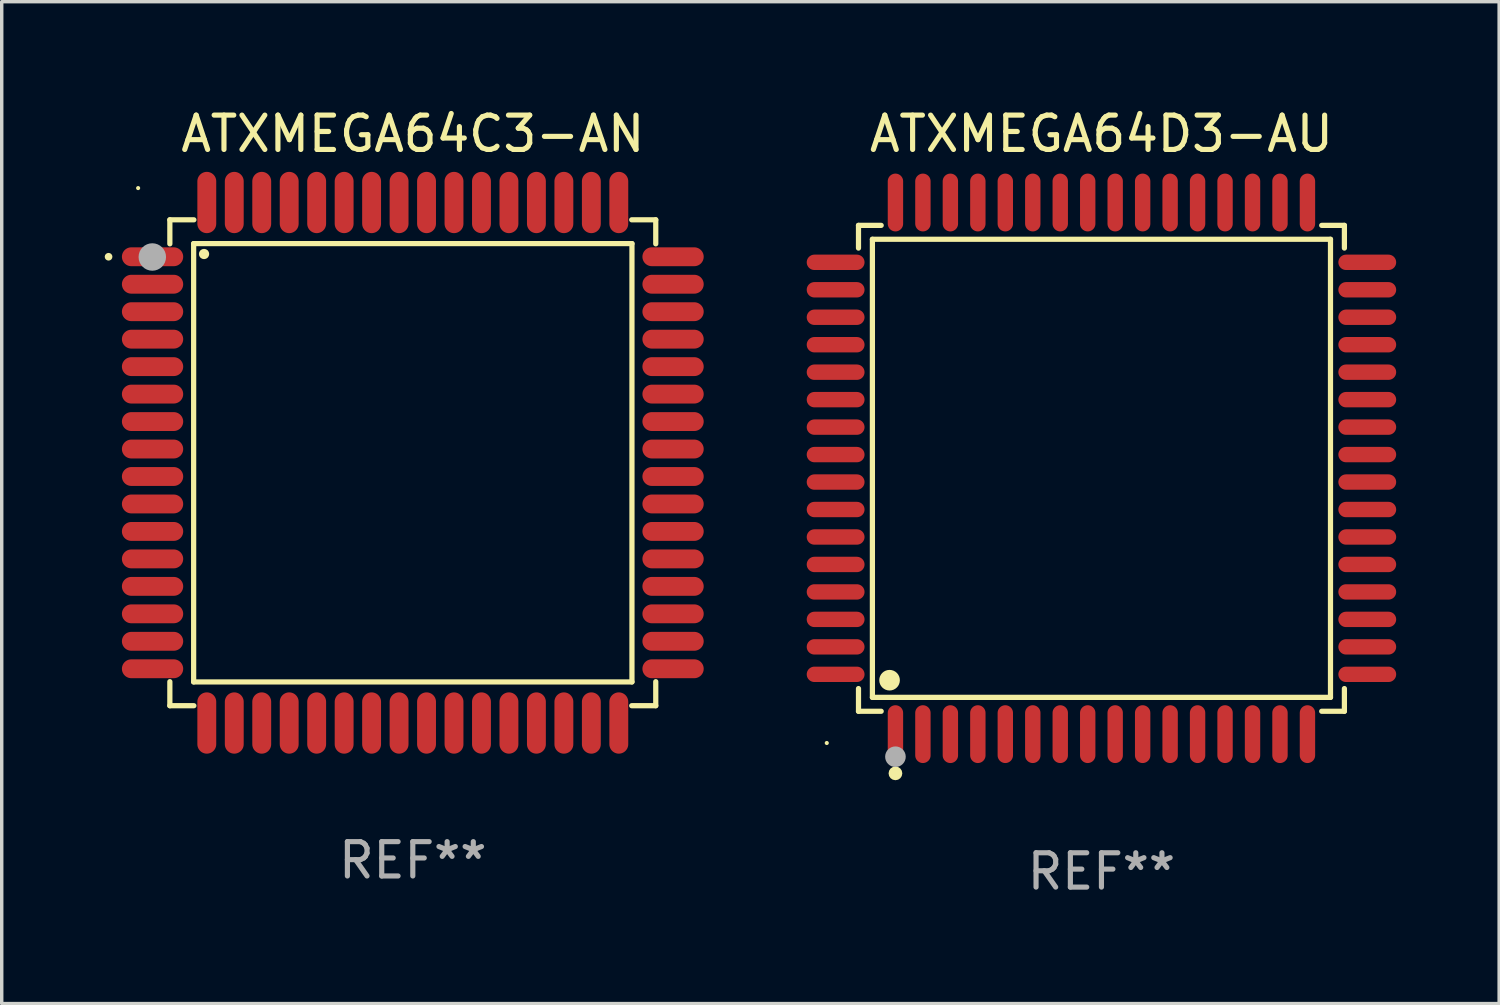
<source format=kicad_pcb>
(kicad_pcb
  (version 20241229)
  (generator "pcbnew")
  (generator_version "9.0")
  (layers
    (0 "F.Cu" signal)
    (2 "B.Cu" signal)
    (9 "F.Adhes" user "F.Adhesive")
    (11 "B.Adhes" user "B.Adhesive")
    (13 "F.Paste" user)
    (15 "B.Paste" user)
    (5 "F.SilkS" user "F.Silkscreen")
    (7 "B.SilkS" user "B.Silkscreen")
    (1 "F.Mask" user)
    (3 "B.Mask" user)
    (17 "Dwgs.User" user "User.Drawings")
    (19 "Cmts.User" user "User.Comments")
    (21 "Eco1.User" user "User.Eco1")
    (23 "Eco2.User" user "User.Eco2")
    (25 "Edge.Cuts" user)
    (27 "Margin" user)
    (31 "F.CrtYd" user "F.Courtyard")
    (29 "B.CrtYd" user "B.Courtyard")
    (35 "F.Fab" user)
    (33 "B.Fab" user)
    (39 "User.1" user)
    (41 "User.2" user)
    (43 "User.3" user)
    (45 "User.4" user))
  (footprint "ATXMEGA64D3-AU"
    (layer "F.Cu")
    (at 29.03 10.59)
    (property "Reference" "ATXMEGA64D3-AU" (at 0 -9.742 0) (layer "F.SilkS") (effects (font (size 1 1) (thickness 0.15))))
    (attr through_hole)
    (fp_line (start -7.076 -7.076) (end -6.415 -7.076) (stroke (width 0.152) (type solid)) (layer "F.SilkS"))
    (fp_line (start -7.076 -6.415) (end -7.076 -7.076) (stroke (width 0.152) (type solid)) (layer "F.SilkS"))
    (fp_line (start -7.076 6.415) (end -7.076 7.076) (stroke (width 0.152) (type solid)) (layer "F.SilkS"))
    (fp_line (start -7.076 7.076) (end -6.415 7.076) (stroke (width 0.152) (type solid)) (layer "F.SilkS"))
    (fp_line (start -6.671 -6.671) (end 6.671 -6.671) (stroke (width 0.152) (type solid)) (layer "F.SilkS"))
    (fp_line (start -6.671 6.671) (end -6.671 -6.671) (stroke (width 0.152) (type solid)) (layer "F.SilkS"))
    (fp_line (start 6.671 -6.671) (end 6.671 6.671) (stroke (width 0.152) (type solid)) (layer "F.SilkS"))
    (fp_line (start 6.671 6.671) (end -6.671 6.671) (stroke (width 0.152) (type solid)) (layer "F.SilkS"))
    (fp_line (start 7.076 -7.076) (end 6.415 -7.076) (stroke (width 0.152) (type solid)) (layer "F.SilkS"))
    (fp_line (start 7.076 -6.415) (end 7.076 -7.076) (stroke (width 0.152) (type solid)) (layer "F.SilkS"))
    (fp_line (start 7.076 6.415) (end 7.076 7.076) (stroke (width 0.152) (type solid)) (layer "F.SilkS"))
    (fp_line (start 7.076 7.076) (end 6.415 7.076) (stroke (width 0.152) (type solid)) (layer "F.SilkS"))
    (fp_circle (center -8 8) (end -7.97 8) (stroke (width 0.06) (type solid)) (fill no) (layer "F.SilkS"))
    (fp_circle (center -6.171 6.171) (end -6.021 6.171) (stroke (width 0.3) (type solid)) (fill no) (layer "F.SilkS"))
    (fp_circle (center -6 8.884) (end -5.9 8.884) (stroke (width 0.2) (type solid)) (fill no) (layer "F.SilkS"))
    (fp_circle (center -6 8.4) (end -5.85 8.4) (stroke (width 0.3) (type solid)) (fill no) (layer "F.Fab"))
    (fp_text user "REF**" (at 0 11.742 0) (layer "F.Fab") (effects (font (size 1 1) (thickness 0.15))))
    (pad "1" smd oval (at -6 7.742) (size 0.448 1.684) (layers "F.Cu" "F.Mask" "F.Paste"))
    (pad "2" smd oval (at -5.2 7.742) (size 0.448 1.684) (layers "F.Cu" "F.Mask" "F.Paste"))
    (pad "3" smd oval (at -4.4 7.742) (size 0.448 1.684) (layers "F.Cu" "F.Mask" "F.Paste"))
    (pad "4" smd oval (at -3.6 7.742) (size 0.448 1.684) (layers "F.Cu" "F.Mask" "F.Paste"))
    (pad "5" smd oval (at -2.8 7.742) (size 0.448 1.684) (layers "F.Cu" "F.Mask" "F.Paste"))
    (pad "6" smd oval (at -2 7.742) (size 0.448 1.684) (layers "F.Cu" "F.Mask" "F.Paste"))
    (pad "7" smd oval (at -1.2 7.742) (size 0.448 1.684) (layers "F.Cu" "F.Mask" "F.Paste"))
    (pad "8" smd oval (at -0.4 7.742) (size 0.448 1.684) (layers "F.Cu" "F.Mask" "F.Paste"))
    (pad "9" smd oval (at 0.4 7.742) (size 0.448 1.684) (layers "F.Cu" "F.Mask" "F.Paste"))
    (pad "10" smd oval (at 1.2 7.742) (size 0.448 1.684) (layers "F.Cu" "F.Mask" "F.Paste"))
    (pad "11" smd oval (at 2 7.742) (size 0.448 1.684) (layers "F.Cu" "F.Mask" "F.Paste"))
    (pad "12" smd oval (at 2.8 7.742) (size 0.448 1.684) (layers "F.Cu" "F.Mask" "F.Paste"))
    (pad "13" smd oval (at 3.6 7.742) (size 0.448 1.684) (layers "F.Cu" "F.Mask" "F.Paste"))
    (pad "14" smd oval (at 4.4 7.742) (size 0.448 1.684) (layers "F.Cu" "F.Mask" "F.Paste"))
    (pad "15" smd oval (at 5.2 7.742) (size 0.448 1.684) (layers "F.Cu" "F.Mask" "F.Paste"))
    (pad "16" smd oval (at 6 7.742) (size 0.448 1.684) (layers "F.Cu" "F.Mask" "F.Paste"))
    (pad "17" smd oval (at 7.742 6) (size 1.684 0.448) (layers "F.Cu" "F.Mask" "F.Paste"))
    (pad "18" smd oval (at 7.742 5.2) (size 1.684 0.448) (layers "F.Cu" "F.Mask" "F.Paste"))
    (pad "19" smd oval (at 7.742 4.4) (size 1.684 0.448) (layers "F.Cu" "F.Mask" "F.Paste"))
    (pad "20" smd oval (at 7.742 3.6) (size 1.684 0.448) (layers "F.Cu" "F.Mask" "F.Paste"))
    (pad "21" smd oval (at 7.742 2.8) (size 1.684 0.448) (layers "F.Cu" "F.Mask" "F.Paste"))
    (pad "22" smd oval (at 7.742 2) (size 1.684 0.448) (layers "F.Cu" "F.Mask" "F.Paste"))
    (pad "23" smd oval (at 7.742 1.2) (size 1.684 0.448) (layers "F.Cu" "F.Mask" "F.Paste"))
    (pad "24" smd oval (at 7.742 0.4) (size 1.684 0.448) (layers "F.Cu" "F.Mask" "F.Paste"))
    (pad "25" smd oval (at 7.742 -0.4) (size 1.684 0.448) (layers "F.Cu" "F.Mask" "F.Paste"))
    (pad "26" smd oval (at 7.742 -1.2) (size 1.684 0.448) (layers "F.Cu" "F.Mask" "F.Paste"))
    (pad "27" smd oval (at 7.742 -2) (size 1.684 0.448) (layers "F.Cu" "F.Mask" "F.Paste"))
    (pad "28" smd oval (at 7.742 -2.8) (size 1.684 0.448) (layers "F.Cu" "F.Mask" "F.Paste"))
    (pad "29" smd oval (at 7.742 -3.6) (size 1.684 0.448) (layers "F.Cu" "F.Mask" "F.Paste"))
    (pad "30" smd oval (at 7.742 -4.4) (size 1.684 0.448) (layers "F.Cu" "F.Mask" "F.Paste"))
    (pad "31" smd oval (at 7.742 -5.2) (size 1.684 0.448) (layers "F.Cu" "F.Mask" "F.Paste"))
    (pad "32" smd oval (at 7.742 -6) (size 1.684 0.448) (layers "F.Cu" "F.Mask" "F.Paste"))
    (pad "33" smd oval (at 6 -7.742) (size 0.448 1.684) (layers "F.Cu" "F.Mask" "F.Paste"))
    (pad "34" smd oval (at 5.2 -7.742) (size 0.448 1.684) (layers "F.Cu" "F.Mask" "F.Paste"))
    (pad "35" smd oval (at 4.4 -7.742) (size 0.448 1.684) (layers "F.Cu" "F.Mask" "F.Paste"))
    (pad "36" smd oval (at 3.6 -7.742) (size 0.448 1.684) (layers "F.Cu" "F.Mask" "F.Paste"))
    (pad "37" smd oval (at 2.8 -7.742) (size 0.448 1.684) (layers "F.Cu" "F.Mask" "F.Paste"))
    (pad "38" smd oval (at 2 -7.742) (size 0.448 1.684) (layers "F.Cu" "F.Mask" "F.Paste"))
    (pad "39" smd oval (at 1.2 -7.742) (size 0.448 1.684) (layers "F.Cu" "F.Mask" "F.Paste"))
    (pad "40" smd oval (at 0.4 -7.742) (size 0.448 1.684) (layers "F.Cu" "F.Mask" "F.Paste"))
    (pad "41" smd oval (at -0.4 -7.742) (size 0.448 1.684) (layers "F.Cu" "F.Mask" "F.Paste"))
    (pad "42" smd oval (at -1.2 -7.742) (size 0.448 1.684) (layers "F.Cu" "F.Mask" "F.Paste"))
    (pad "43" smd oval (at -2 -7.742) (size 0.448 1.684) (layers "F.Cu" "F.Mask" "F.Paste"))
    (pad "44" smd oval (at -2.8 -7.742) (size 0.448 1.684) (layers "F.Cu" "F.Mask" "F.Paste"))
    (pad "45" smd oval (at -3.6 -7.742) (size 0.448 1.684) (layers "F.Cu" "F.Mask" "F.Paste"))
    (pad "46" smd oval (at -4.4 -7.742) (size 0.448 1.684) (layers "F.Cu" "F.Mask" "F.Paste"))
    (pad "47" smd oval (at -5.2 -7.742) (size 0.448 1.684) (layers "F.Cu" "F.Mask" "F.Paste"))
    (pad "48" smd oval (at -6 -7.742) (size 0.448 1.684) (layers "F.Cu" "F.Mask" "F.Paste"))
    (pad "49" smd oval (at -7.742 -6) (size 1.684 0.448) (layers "F.Cu" "F.Mask" "F.Paste"))
    (pad "50" smd oval (at -7.742 -5.2) (size 1.684 0.448) (layers "F.Cu" "F.Mask" "F.Paste"))
    (pad "51" smd oval (at -7.742 -4.4) (size 1.684 0.448) (layers "F.Cu" "F.Mask" "F.Paste"))
    (pad "52" smd oval (at -7.742 -3.6) (size 1.684 0.448) (layers "F.Cu" "F.Mask" "F.Paste"))
    (pad "53" smd oval (at -7.742 -2.8) (size 1.684 0.448) (layers "F.Cu" "F.Mask" "F.Paste"))
    (pad "54" smd oval (at -7.742 -2) (size 1.684 0.448) (layers "F.Cu" "F.Mask" "F.Paste"))
    (pad "55" smd oval (at -7.742 -1.2) (size 1.684 0.448) (layers "F.Cu" "F.Mask" "F.Paste"))
    (pad "56" smd oval (at -7.742 -0.4) (size 1.684 0.448) (layers "F.Cu" "F.Mask" "F.Paste"))
    (pad "57" smd oval (at -7.742 0.4) (size 1.684 0.448) (layers "F.Cu" "F.Mask" "F.Paste"))
    (pad "58" smd oval (at -7.742 1.2) (size 1.684 0.448) (layers "F.Cu" "F.Mask" "F.Paste"))
    (pad "59" smd oval (at -7.742 2) (size 1.684 0.448) (layers "F.Cu" "F.Mask" "F.Paste"))
    (pad "60" smd oval (at -7.742 2.8) (size 1.684 0.448) (layers "F.Cu" "F.Mask" "F.Paste"))
    (pad "61" smd oval (at -7.742 3.6) (size 1.684 0.448) (layers "F.Cu" "F.Mask" "F.Paste"))
    (pad "62" smd oval (at -7.742 4.4) (size 1.684 0.448) (layers "F.Cu" "F.Mask" "F.Paste"))
    (pad "63" smd oval (at -7.742 5.2) (size 1.684 0.448) (layers "F.Cu" "F.Mask" "F.Paste"))
    (pad "64" smd oval (at -7.742 6) (size 1.684 0.448) (layers "F.Cu" "F.Mask" "F.Paste")))
  (footprint "ATXMEGA64C3-AN"
    (layer "F.Cu")
    (at 8.973 10.428)
    (property "Reference" "ATXMEGA64C3-AN" (at 0 -9.58 0) (layer "F.SilkS") (effects (font (size 1 1) (thickness 0.15))))
    (attr through_hole)
    (fp_line (start -7.076 -7.076) (end -6.376 -7.076) (stroke (width 0.152) (type solid)) (layer "F.SilkS"))
    (fp_line (start -7.076 -6.376) (end -7.076 -7.076) (stroke (width 0.152) (type solid)) (layer "F.SilkS"))
    (fp_line (start -7.076 6.376) (end -7.076 7.076) (stroke (width 0.152) (type solid)) (layer "F.SilkS"))
    (fp_line (start -7.076 7.076) (end -6.376 7.076) (stroke (width 0.152) (type solid)) (layer "F.SilkS"))
    (fp_line (start -6.383 -6.383) (end 6.383 -6.383) (stroke (width 0.152) (type solid)) (layer "F.SilkS"))
    (fp_line (start -6.383 6.383) (end -6.383 -6.383) (stroke (width 0.152) (type solid)) (layer "F.SilkS"))
    (fp_line (start 6.383 -6.383) (end 6.383 6.383) (stroke (width 0.152) (type solid)) (layer "F.SilkS"))
    (fp_line (start 6.383 6.383) (end -6.383 6.383) (stroke (width 0.152) (type solid)) (layer "F.SilkS"))
    (fp_line (start 7.076 -7.076) (end 6.376 -7.076) (stroke (width 0.152) (type solid)) (layer "F.SilkS"))
    (fp_line (start 7.076 -6.376) (end 7.076 -7.076) (stroke (width 0.152) (type solid)) (layer "F.SilkS"))
    (fp_line (start 7.076 6.376) (end 7.076 7.076) (stroke (width 0.152) (type solid)) (layer "F.SilkS"))
    (fp_line (start 7.076 7.076) (end 6.376 7.076) (stroke (width 0.152) (type solid)) (layer "F.SilkS"))
    (fp_circle (center -8.861 -6) (end -8.805 -6) (stroke (width 0.112) (type solid)) (fill no) (layer "F.SilkS"))
    (fp_circle (center -8 -8) (end -7.97 -8) (stroke (width 0.06) (type solid)) (fill no) (layer "F.SilkS"))
    (fp_circle (center -6.08 -6.08) (end -6.005 -6.08) (stroke (width 0.15) (type solid)) (fill no) (layer "F.SilkS"))
    (fp_circle (center -7.587 -5.993) (end -7.387 -5.993) (stroke (width 0.4) (type solid)) (fill no) (layer "F.Fab"))
    (fp_text user "REF**" (at 0 11.58 0) (layer "F.Fab") (effects (font (size 1 1) (thickness 0.15))))
    (pad "1" smd oval (at -7.58 -6) (size 1.785 0.55) (layers "F.Cu" "F.Mask" "F.Paste"))
    (pad "2" smd oval (at -7.58 -5.2) (size 1.785 0.55) (layers "F.Cu" "F.Mask" "F.Paste"))
    (pad "3" smd oval (at -7.58 -4.4) (size 1.785 0.55) (layers "F.Cu" "F.Mask" "F.Paste"))
    (pad "4" smd oval (at -7.58 -3.6) (size 1.785 0.55) (layers "F.Cu" "F.Mask" "F.Paste"))
    (pad "5" smd oval (at -7.58 -2.8) (size 1.785 0.55) (layers "F.Cu" "F.Mask" "F.Paste"))
    (pad "6" smd oval (at -7.58 -2) (size 1.785 0.55) (layers "F.Cu" "F.Mask" "F.Paste"))
    (pad "7" smd oval (at -7.58 -1.2) (size 1.785 0.55) (layers "F.Cu" "F.Mask" "F.Paste"))
    (pad "8" smd oval (at -7.58 -0.4) (size 1.785 0.55) (layers "F.Cu" "F.Mask" "F.Paste"))
    (pad "9" smd oval (at -7.58 0.4) (size 1.785 0.55) (layers "F.Cu" "F.Mask" "F.Paste"))
    (pad "10" smd oval (at -7.58 1.2) (size 1.785 0.55) (layers "F.Cu" "F.Mask" "F.Paste"))
    (pad "11" smd oval (at -7.58 2) (size 1.785 0.55) (layers "F.Cu" "F.Mask" "F.Paste"))
    (pad "12" smd oval (at -7.58 2.8) (size 1.785 0.55) (layers "F.Cu" "F.Mask" "F.Paste"))
    (pad "13" smd oval (at -7.58 3.6) (size 1.785 0.55) (layers "F.Cu" "F.Mask" "F.Paste"))
    (pad "14" smd oval (at -7.58 4.4) (size 1.785 0.55) (layers "F.Cu" "F.Mask" "F.Paste"))
    (pad "15" smd oval (at -7.58 5.2) (size 1.785 0.55) (layers "F.Cu" "F.Mask" "F.Paste"))
    (pad "16" smd oval (at -7.58 6) (size 1.785 0.55) (layers "F.Cu" "F.Mask" "F.Paste"))
    (pad "17" smd oval (at -6 7.58) (size 0.55 1.785) (layers "F.Cu" "F.Mask" "F.Paste"))
    (pad "18" smd oval (at -5.2 7.58) (size 0.55 1.785) (layers "F.Cu" "F.Mask" "F.Paste"))
    (pad "19" smd oval (at -4.4 7.58) (size 0.55 1.785) (layers "F.Cu" "F.Mask" "F.Paste"))
    (pad "20" smd oval (at -3.6 7.58) (size 0.55 1.785) (layers "F.Cu" "F.Mask" "F.Paste"))
    (pad "21" smd oval (at -2.8 7.58) (size 0.55 1.785) (layers "F.Cu" "F.Mask" "F.Paste"))
    (pad "22" smd oval (at -2 7.58) (size 0.55 1.785) (layers "F.Cu" "F.Mask" "F.Paste"))
    (pad "23" smd oval (at -1.2 7.58) (size 0.55 1.785) (layers "F.Cu" "F.Mask" "F.Paste"))
    (pad "24" smd oval (at -0.4 7.58) (size 0.55 1.785) (layers "F.Cu" "F.Mask" "F.Paste"))
    (pad "25" smd oval (at 0.4 7.58) (size 0.55 1.785) (layers "F.Cu" "F.Mask" "F.Paste"))
    (pad "26" smd oval (at 1.2 7.58) (size 0.55 1.785) (layers "F.Cu" "F.Mask" "F.Paste"))
    (pad "27" smd oval (at 2 7.58) (size 0.55 1.785) (layers "F.Cu" "F.Mask" "F.Paste"))
    (pad "28" smd oval (at 2.8 7.58) (size 0.55 1.785) (layers "F.Cu" "F.Mask" "F.Paste"))
    (pad "29" smd oval (at 3.6 7.58) (size 0.55 1.785) (layers "F.Cu" "F.Mask" "F.Paste"))
    (pad "30" smd oval (at 4.4 7.58) (size 0.55 1.785) (layers "F.Cu" "F.Mask" "F.Paste"))
    (pad "31" smd oval (at 5.2 7.58) (size 0.55 1.785) (layers "F.Cu" "F.Mask" "F.Paste"))
    (pad "32" smd oval (at 6 7.58) (size 0.55 1.785) (layers "F.Cu" "F.Mask" "F.Paste"))
    (pad "33" smd oval (at 7.58 6) (size 1.785 0.55) (layers "F.Cu" "F.Mask" "F.Paste"))
    (pad "34" smd oval (at 7.58 5.2) (size 1.785 0.55) (layers "F.Cu" "F.Mask" "F.Paste"))
    (pad "35" smd oval (at 7.58 4.4) (size 1.785 0.55) (layers "F.Cu" "F.Mask" "F.Paste"))
    (pad "36" smd oval (at 7.58 3.6) (size 1.785 0.55) (layers "F.Cu" "F.Mask" "F.Paste"))
    (pad "37" smd oval (at 7.58 2.8) (size 1.785 0.55) (layers "F.Cu" "F.Mask" "F.Paste"))
    (pad "38" smd oval (at 7.58 2) (size 1.785 0.55) (layers "F.Cu" "F.Mask" "F.Paste"))
    (pad "39" smd oval (at 7.58 1.2) (size 1.785 0.55) (layers "F.Cu" "F.Mask" "F.Paste"))
    (pad "40" smd oval (at 7.58 0.4) (size 1.785 0.55) (layers "F.Cu" "F.Mask" "F.Paste"))
    (pad "41" smd oval (at 7.58 -0.4) (size 1.785 0.55) (layers "F.Cu" "F.Mask" "F.Paste"))
    (pad "42" smd oval (at 7.58 -1.2) (size 1.785 0.55) (layers "F.Cu" "F.Mask" "F.Paste"))
    (pad "43" smd oval (at 7.58 -2) (size 1.785 0.55) (layers "F.Cu" "F.Mask" "F.Paste"))
    (pad "44" smd oval (at 7.58 -2.8) (size 1.785 0.55) (layers "F.Cu" "F.Mask" "F.Paste"))
    (pad "45" smd oval (at 7.58 -3.6) (size 1.785 0.55) (layers "F.Cu" "F.Mask" "F.Paste"))
    (pad "46" smd oval (at 7.58 -4.4) (size 1.785 0.55) (layers "F.Cu" "F.Mask" "F.Paste"))
    (pad "47" smd oval (at 7.58 -5.2) (size 1.785 0.55) (layers "F.Cu" "F.Mask" "F.Paste"))
    (pad "48" smd oval (at 7.58 -6) (size 1.785 0.55) (layers "F.Cu" "F.Mask" "F.Paste"))
    (pad "49" smd oval (at 6 -7.58) (size 0.55 1.785) (layers "F.Cu" "F.Mask" "F.Paste"))
    (pad "50" smd oval (at 5.2 -7.58) (size 0.55 1.785) (layers "F.Cu" "F.Mask" "F.Paste"))
    (pad "51" smd oval (at 4.4 -7.58) (size 0.55 1.785) (layers "F.Cu" "F.Mask" "F.Paste"))
    (pad "52" smd oval (at 3.6 -7.58) (size 0.55 1.785) (layers "F.Cu" "F.Mask" "F.Paste"))
    (pad "53" smd oval (at 2.8 -7.58) (size 0.55 1.785) (layers "F.Cu" "F.Mask" "F.Paste"))
    (pad "54" smd oval (at 2 -7.58) (size 0.55 1.785) (layers "F.Cu" "F.Mask" "F.Paste"))
    (pad "55" smd oval (at 1.2 -7.58) (size 0.55 1.785) (layers "F.Cu" "F.Mask" "F.Paste"))
    (pad "56" smd oval (at 0.4 -7.58) (size 0.55 1.785) (layers "F.Cu" "F.Mask" "F.Paste"))
    (pad "57" smd oval (at -0.4 -7.58) (size 0.55 1.785) (layers "F.Cu" "F.Mask" "F.Paste"))
    (pad "58" smd oval (at -1.2 -7.58) (size 0.55 1.785) (layers "F.Cu" "F.Mask" "F.Paste"))
    (pad "59" smd oval (at -2 -7.58) (size 0.55 1.785) (layers "F.Cu" "F.Mask" "F.Paste"))
    (pad "60" smd oval (at -2.8 -7.58) (size 0.55 1.785) (layers "F.Cu" "F.Mask" "F.Paste"))
    (pad "61" smd oval (at -3.6 -7.58) (size 0.55 1.785) (layers "F.Cu" "F.Mask" "F.Paste"))
    (pad "62" smd oval (at -4.4 -7.58) (size 0.55 1.785) (layers "F.Cu" "F.Mask" "F.Paste"))
    (pad "63" smd oval (at -5.2 -7.58) (size 0.55 1.785) (layers "F.Cu" "F.Mask" "F.Paste"))
    (pad "64" smd oval (at -6 -7.58) (size 0.55 1.785) (layers "F.Cu" "F.Mask" "F.Paste")))
  (gr_rect
    (start -3 -3)
    (end 40.613 26.18)
    (stroke (width 0.1) (type default))
    (fill no)
    (layer "Edge.Cuts")))
</source>
